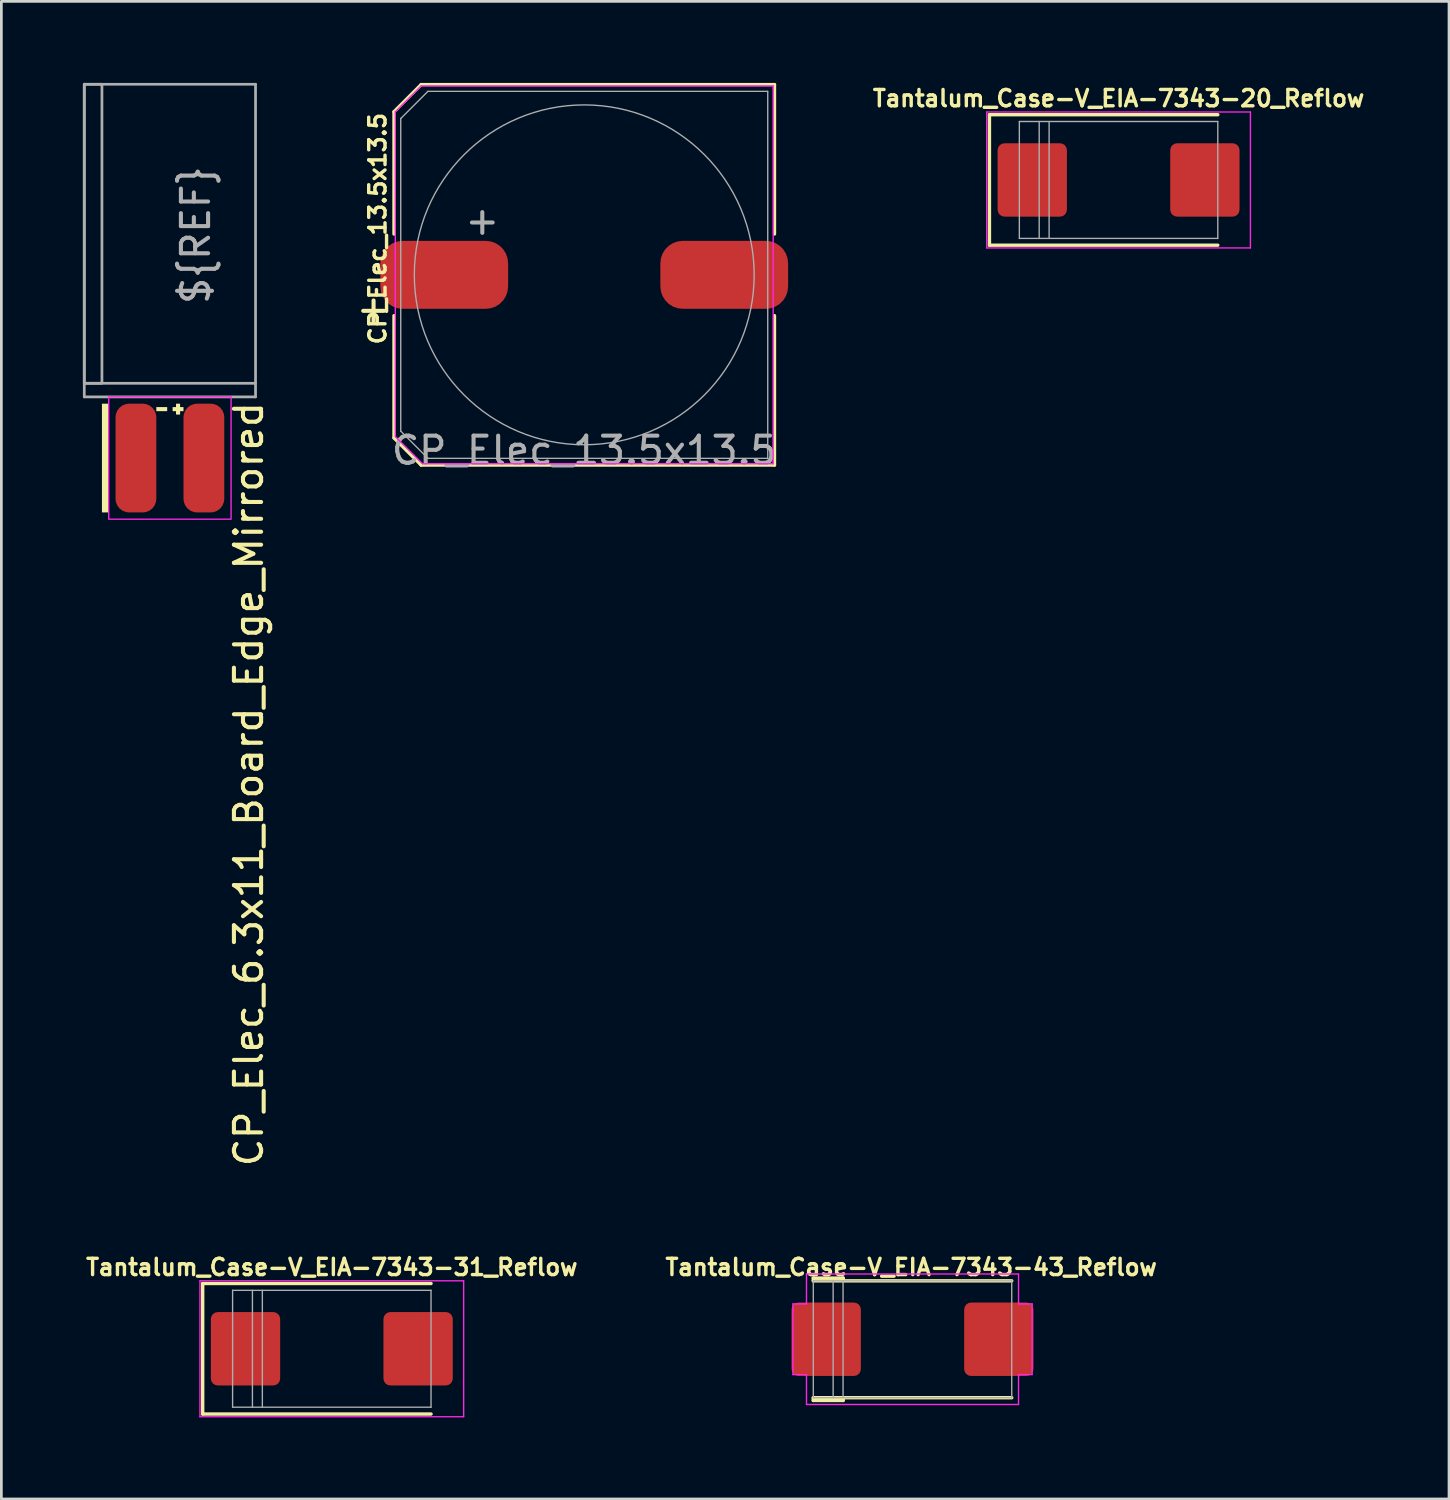
<source format=kicad_pcb>
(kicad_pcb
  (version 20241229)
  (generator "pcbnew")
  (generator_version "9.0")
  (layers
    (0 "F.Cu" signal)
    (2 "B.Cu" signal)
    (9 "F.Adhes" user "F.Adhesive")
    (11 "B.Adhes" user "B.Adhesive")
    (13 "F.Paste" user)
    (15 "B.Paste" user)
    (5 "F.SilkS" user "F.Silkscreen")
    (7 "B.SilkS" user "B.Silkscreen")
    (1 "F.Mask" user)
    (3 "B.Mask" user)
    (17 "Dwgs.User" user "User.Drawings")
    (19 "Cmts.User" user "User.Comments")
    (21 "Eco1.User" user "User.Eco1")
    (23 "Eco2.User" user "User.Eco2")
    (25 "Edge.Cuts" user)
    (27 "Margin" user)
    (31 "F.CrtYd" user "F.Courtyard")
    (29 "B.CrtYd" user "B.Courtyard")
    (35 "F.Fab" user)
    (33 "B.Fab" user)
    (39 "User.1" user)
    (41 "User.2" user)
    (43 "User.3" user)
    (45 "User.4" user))
  (footprint "Tantalum_Case-V_EIA-7343-20_Reflow"
    (layer "F.Cu")
    (at 38.098 3.57)
    (property "Reference" "Tantalum_Case-V_EIA-7343-20_Reflow" (at 0 -3 0) (layer "F.SilkS") (effects (font (size 0.6 0.6) (thickness 0.125))))
    (attr smd)
    (fp_line (start -4.75 -2.4) (end -4.75 2.4) (stroke (width 0.125) (type solid)) (layer "F.SilkS"))
    (fp_line (start -4.75 -2.4) (end 3.65 -2.4) (stroke (width 0.125) (type solid)) (layer "F.SilkS"))
    (fp_line (start -4.75 2.4) (end 3.65 2.4) (stroke (width 0.125) (type solid)) (layer "F.SilkS"))
    (fp_line (start -4.85 -2.5) (end -4.85 2.5) (stroke (width 0.05) (type solid)) (layer "F.CrtYd"))
    (fp_line (start -4.85 2.5) (end 4.85 2.5) (stroke (width 0.05) (type solid)) (layer "F.CrtYd"))
    (fp_line (start 4.85 -2.5) (end -4.85 -2.5) (stroke (width 0.05) (type solid)) (layer "F.CrtYd"))
    (fp_line (start 4.85 2.5) (end 4.85 -2.5) (stroke (width 0.05) (type solid)) (layer "F.CrtYd"))
    (fp_line (start -3.65 -2.15) (end -3.65 2.15) (stroke (width 0.05) (type solid)) (layer "F.Fab"))
    (fp_line (start -3.65 2.15) (end 3.65 2.15) (stroke (width 0.05) (type solid)) (layer "F.Fab"))
    (fp_line (start -2.92 -2.15) (end -2.92 2.15) (stroke (width 0.05) (type solid)) (layer "F.Fab"))
    (fp_line (start -2.555 -2.15) (end -2.555 2.15) (stroke (width 0.05) (type solid)) (layer "F.Fab"))
    (fp_line (start 3.65 -2.15) (end -3.65 -2.15) (stroke (width 0.05) (type solid)) (layer "F.Fab"))
    (fp_line (start 3.65 2.15) (end 3.65 -2.15) (stroke (width 0.05) (type solid)) (layer "F.Fab"))
    (pad "1" smd roundrect (at -3.175 0) (size 2.55 2.7) (layers "F.Cu" "F.Mask" "F.Paste") (roundrect_rratio 0.1))
    (pad "2" smd roundrect (at 3.175 0) (size 2.55 2.7) (layers "F.Cu" "F.Mask" "F.Paste") (roundrect_rratio 0.1)))
  (footprint "CP_Elec_13.5x13.5"
    (layer "F.Cu")
    (at 18.442 7.06)
    (property "Reference" "CP_Elec_13.5x13.5" (at -7.6 -1.7 90) (layer "F.SilkS") (effects (font (size 0.6 0.6) (thickness 0.125))))
    (attr smd)
    (fp_line (start -7 -6) (end -7 -1.5) (stroke (width 0.12) (type solid)) (layer "F.SilkS"))
    (fp_line (start -7 -6) (end -6 -7) (stroke (width 0.12) (type solid)) (layer "F.SilkS"))
    (fp_line (start -7 6) (end -7 1.5) (stroke (width 0.12) (type solid)) (layer "F.SilkS"))
    (fp_line (start -6 -7) (end 7 -7) (stroke (width 0.12) (type solid)) (layer "F.SilkS"))
    (fp_line (start -6 7) (end -7 6) (stroke (width 0.12) (type solid)) (layer "F.SilkS"))
    (fp_line (start 7 -7) (end 7 -1.5) (stroke (width 0.12) (type solid)) (layer "F.SilkS"))
    (fp_line (start 7 7) (end -6 7) (stroke (width 0.12) (type solid)) (layer "F.SilkS"))
    (fp_line (start 7 7) (end 7 1.5) (stroke (width 0.12) (type solid)) (layer "F.SilkS"))
    (fp_line (start -6.95 -6) (end -6 -6.95) (stroke (width 0.05) (type solid)) (layer "F.CrtYd"))
    (fp_line (start -6.95 5.95) (end -6.95 -6) (stroke (width 0.05) (type solid)) (layer "F.CrtYd"))
    (fp_line (start -6 -6.95) (end 6.95 -6.95) (stroke (width 0.05) (type solid)) (layer "F.CrtYd"))
    (fp_line (start -5.95 6.95) (end -6.95 5.95) (stroke (width 0.05) (type solid)) (layer "F.CrtYd"))
    (fp_line (start 6.95 -6.95) (end 6.95 6.95) (stroke (width 0.05) (type solid)) (layer "F.CrtYd"))
    (fp_line (start 6.95 6.95) (end -5.95 6.95) (stroke (width 0.05) (type solid)) (layer "F.CrtYd"))
    (fp_line (start -6.75 -5.75) (end -5.75 -6.75) (stroke (width 0.05) (type solid)) (layer "F.Fab"))
    (fp_line (start -6.75 5.75) (end -6.75 -5.75) (stroke (width 0.05) (type solid)) (layer "F.Fab"))
    (fp_line (start -5.75 -6.75) (end 6.75 -6.75) (stroke (width 0.05) (type solid)) (layer "F.Fab"))
    (fp_line (start -5.75 6.75) (end -6.75 5.75) (stroke (width 0.05) (type solid)) (layer "F.Fab"))
    (fp_line (start 6.75 -6.75) (end 6.75 6.75) (stroke (width 0.05) (type solid)) (layer "F.Fab"))
    (fp_line (start 6.75 6.75) (end -5.75 6.75) (stroke (width 0.05) (type solid)) (layer "F.Fab"))
    (fp_circle (center 0 0) (end 0.1 6.25) (stroke (width 0.05) (type solid)) (fill no) (layer "F.Fab"))
    (fp_text user "+" (at -7.75 1.25 0) (layer "F.SilkS") (effects (font (size 1 1) (thickness 0.15))))
    (fp_text user "${REFERENCE}" (at 0 6.46 0) (layer "F.Fab") (effects (font (size 1 1) (thickness 0.15))))
    (fp_text user "+" (at -3.75 -2 0) (layer "F.Fab") (effects (font (size 1 1) (thickness 0.15))))
    (pad "1" smd roundrect (at -5.15 0 180) (size 4.7 2.5) (layers "F.Cu" "F.Mask" "F.Paste") (roundrect_rratio 0.33))
    (pad "2" smd roundrect (at 5.15 0 180) (size 4.7 2.5) (layers "F.Cu" "F.Mask" "F.Paste") (roundrect_rratio 0.33)))
  (footprint "Tantalum_Case-V_EIA-7343-31_Reflow"
    (layer "F.Cu")
    (at 9.156 46.566)
    (property "Reference" "Tantalum_Case-V_EIA-7343-31_Reflow" (at 0 -3 0) (layer "F.SilkS") (effects (font (size 0.6 0.6) (thickness 0.125))))
    (attr smd)
    (fp_line (start -4.75 -2.4) (end -4.75 2.4) (stroke (width 0.125) (type solid)) (layer "F.SilkS"))
    (fp_line (start -4.75 -2.4) (end 3.65 -2.4) (stroke (width 0.125) (type solid)) (layer "F.SilkS"))
    (fp_line (start -4.75 2.4) (end 3.65 2.4) (stroke (width 0.125) (type solid)) (layer "F.SilkS"))
    (fp_line (start -4.85 -2.5) (end -4.85 2.5) (stroke (width 0.05) (type solid)) (layer "F.CrtYd"))
    (fp_line (start -4.85 2.5) (end 4.85 2.5) (stroke (width 0.05) (type solid)) (layer "F.CrtYd"))
    (fp_line (start 4.85 -2.5) (end -4.85 -2.5) (stroke (width 0.05) (type solid)) (layer "F.CrtYd"))
    (fp_line (start 4.85 2.5) (end 4.85 -2.5) (stroke (width 0.05) (type solid)) (layer "F.CrtYd"))
    (fp_line (start -3.65 -2.15) (end -3.65 2.15) (stroke (width 0.05) (type solid)) (layer "F.Fab"))
    (fp_line (start -3.65 2.15) (end 3.65 2.15) (stroke (width 0.05) (type solid)) (layer "F.Fab"))
    (fp_line (start -2.92 -2.15) (end -2.92 2.15) (stroke (width 0.05) (type solid)) (layer "F.Fab"))
    (fp_line (start -2.555 -2.15) (end -2.555 2.15) (stroke (width 0.05) (type solid)) (layer "F.Fab"))
    (fp_line (start 3.65 -2.15) (end -3.65 -2.15) (stroke (width 0.05) (type solid)) (layer "F.Fab"))
    (fp_line (start 3.65 2.15) (end 3.65 -2.15) (stroke (width 0.05) (type solid)) (layer "F.Fab"))
    (pad "1" smd roundrect (at -3.175 0) (size 2.55 2.7) (layers "F.Cu" "F.Mask" "F.Paste") (roundrect_rratio 0.1))
    (pad "2" smd roundrect (at 3.175 0) (size 2.55 2.7) (layers "F.Cu" "F.Mask" "F.Paste") (roundrect_rratio 0.1)))
  (footprint "Tantalum_Case-V_EIA-7343-43_Reflow"
    (layer "F.Cu")
    (at 30.518 46.216)
    (property "Reference" "Tantalum_Case-V_EIA-7343-43_Reflow" (at -0.05 -2.65 0) (layer "F.SilkS") (effects (font (size 0.6 0.6) (thickness 0.125))))
    (attr smd)
    (fp_line (start -3.65 -2.25) (end -2.55 -2.25) (stroke (width 0.125) (type solid)) (layer "F.SilkS"))
    (fp_line (start -3.65 -2.15) (end -3.65 -2.25) (stroke (width 0.125) (type solid)) (layer "F.SilkS"))
    (fp_line (start -3.65 -2.15) (end 3.65 -2.15) (stroke (width 0.125) (type solid)) (layer "F.SilkS"))
    (fp_line (start -3.65 2.15) (end -3.65 2.25) (stroke (width 0.125) (type solid)) (layer "F.SilkS"))
    (fp_line (start -3.65 2.15) (end 3.65 2.15) (stroke (width 0.125) (type solid)) (layer "F.SilkS"))
    (fp_line (start -3.65 2.25) (end -2.55 2.25) (stroke (width 0.125) (type solid)) (layer "F.SilkS"))
    (fp_line (start -2.55 -2.25) (end -2.55 -2.15) (stroke (width 0.125) (type solid)) (layer "F.SilkS"))
    (fp_line (start -2.55 2.25) (end -2.55 2.15) (stroke (width 0.125) (type solid)) (layer "F.SilkS"))
    (fp_line (start -4.4 -1.3) (end -3.9 -1.3) (stroke (width 0.05) (type solid)) (layer "F.CrtYd"))
    (fp_line (start -4.4 1.3) (end -4.4 -1.3) (stroke (width 0.05) (type solid)) (layer "F.CrtYd"))
    (fp_line (start -3.9 -1.3) (end -3.9 -2.4) (stroke (width 0.05) (type solid)) (layer "F.CrtYd"))
    (fp_line (start -3.9 1.3) (end -4.4 1.3) (stroke (width 0.05) (type solid)) (layer "F.CrtYd"))
    (fp_line (start -3.9 2.4) (end -3.9 1.3) (stroke (width 0.05) (type solid)) (layer "F.CrtYd"))
    (fp_line (start 3.9 -2.4) (end -3.9 -2.4) (stroke (width 0.05) (type solid)) (layer "F.CrtYd"))
    (fp_line (start 3.9 -2.4) (end 3.9 -1.3) (stroke (width 0.05) (type solid)) (layer "F.CrtYd"))
    (fp_line (start 3.9 -1.3) (end 4.4 -1.3) (stroke (width 0.05) (type solid)) (layer "F.CrtYd"))
    (fp_line (start 3.9 1.3) (end 3.9 2.4) (stroke (width 0.05) (type solid)) (layer "F.CrtYd"))
    (fp_line (start 3.9 2.4) (end -3.9 2.4) (stroke (width 0.05) (type solid)) (layer "F.CrtYd"))
    (fp_line (start 4.4 -1.3) (end 4.4 1.3) (stroke (width 0.05) (type solid)) (layer "F.CrtYd"))
    (fp_line (start 4.4 1.3) (end 3.9 1.3) (stroke (width 0.05) (type solid)) (layer "F.CrtYd"))
    (fp_line (start -3.65 -2.15) (end -3.65 2.15) (stroke (width 0.05) (type solid)) (layer "F.Fab"))
    (fp_line (start -3.65 2.15) (end 3.65 2.15) (stroke (width 0.05) (type solid)) (layer "F.Fab"))
    (fp_line (start -2.92 -2.15) (end -2.92 2.15) (stroke (width 0.05) (type solid)) (layer "F.Fab"))
    (fp_line (start -2.555 -2.15) (end -2.555 2.15) (stroke (width 0.05) (type solid)) (layer "F.Fab"))
    (fp_line (start 3.65 -2.15) (end -3.65 -2.15) (stroke (width 0.05) (type solid)) (layer "F.Fab"))
    (fp_line (start 3.65 2.15) (end 3.65 -2.15) (stroke (width 0.05) (type solid)) (layer "F.Fab"))
    (pad "1" smd roundrect (at -3.175 0) (size 2.55 2.7) (layers "F.Cu" "F.Mask" "F.Paste") (roundrect_rratio 0.1))
    (pad "2" smd roundrect (at 3.175 0) (size 2.55 2.7) (layers "F.Cu" "F.Mask" "F.Paste") (roundrect_rratio 0.1)))
  (footprint "CP_Elec_6.3x11_Board_Edge_Mirrored"
    (layer "F.Cu")
    (at 3.2 11.55)
    (property "Reference" "CP_Elec_6.3x11_Board_Edge_Mirrored" (at 2.9 0.1 90) (unlocked yes) (layer "F.SilkS") (effects (font (size 1 1) (thickness 0.15)) (justify right)))
    (attr smd)
    (fp_poly (pts (xy -2.25 4.25) (xy -2.5 4.25) (xy -2.5 0.25) (xy -2.25 0.25)) (stroke (width 0) (type solid)) (fill yes) (layer "F.SilkS"))
    (fp_poly (pts (xy -0.1 0.525) (xy -0.5 0.525) (xy -0.5 0.375) (xy -0.1 0.375)) (stroke (width 0) (type solid)) (fill yes) (layer "F.SilkS"))
    (fp_poly (pts (xy 0.375 0.375) (xy 0.5 0.375) (xy 0.5 0.525) (xy 0.375 0.525) (xy 0.375 0.65) (xy 0.225 0.65) (xy 0.225 0.525) (xy 0.1 0.525) (xy 0.1 0.375) (xy 0.225 0.375) (xy 0.225 0.25) (xy 0.375 0.25)) (stroke (width 0) (type solid)) (fill yes) (layer "F.SilkS"))
    (fp_rect (start -2.25 0) (end 2.25 4.5) (stroke (width 0.05) (type solid)) (fill no) (layer "F.CrtYd"))
    (fp_line (start -3.15 -11.5) (end -3.15 0) (stroke (width 0.1) (type solid)) (layer "F.Fab"))
    (fp_line (start -3.15 -0.5) (end 3.15 -0.5) (stroke (width 0.1) (type solid)) (layer "F.Fab"))
    (fp_line (start -3.15 0) (end 3.15 0) (stroke (width 0.1) (type solid)) (layer "F.Fab"))
    (fp_line (start 3.15 -11.5) (end -3.15 -11.5) (stroke (width 0.1) (type solid)) (layer "F.Fab"))
    (fp_line (start 3.15 0) (end 3.15 -11.5) (stroke (width 0.1) (type solid)) (layer "F.Fab"))
    (fp_poly (pts (xy -2.5 -0.5) (xy -3.15 -0.5) (xy -3.15 -11.5) (xy -2.5 -11.5)) (stroke (width 0.1) (type solid)) (fill no) (layer "F.Fab"))
    (fp_text user "${REF}" (at 0.95 -5.95 90) (unlocked yes) (layer "F.Fab") (effects (font (size 1 1) (thickness 0.15))))
    (pad "1" connect roundrect (at 1.25 2.25) (size 1.5 4) (layers "F.Cu" "F.Mask") (roundrect_rratio 0.333))
    (pad "2" connect roundrect (at -1.25 2.25) (size 1.5 4) (layers "F.Cu" "F.Mask") (roundrect_rratio 0.333)))
  (gr_rect
    (start -3 -3)
    (end 50.254 52.091)
    (stroke (width 0.1) (type default))
    (fill no)
    (layer "Edge.Cuts")))
</source>
